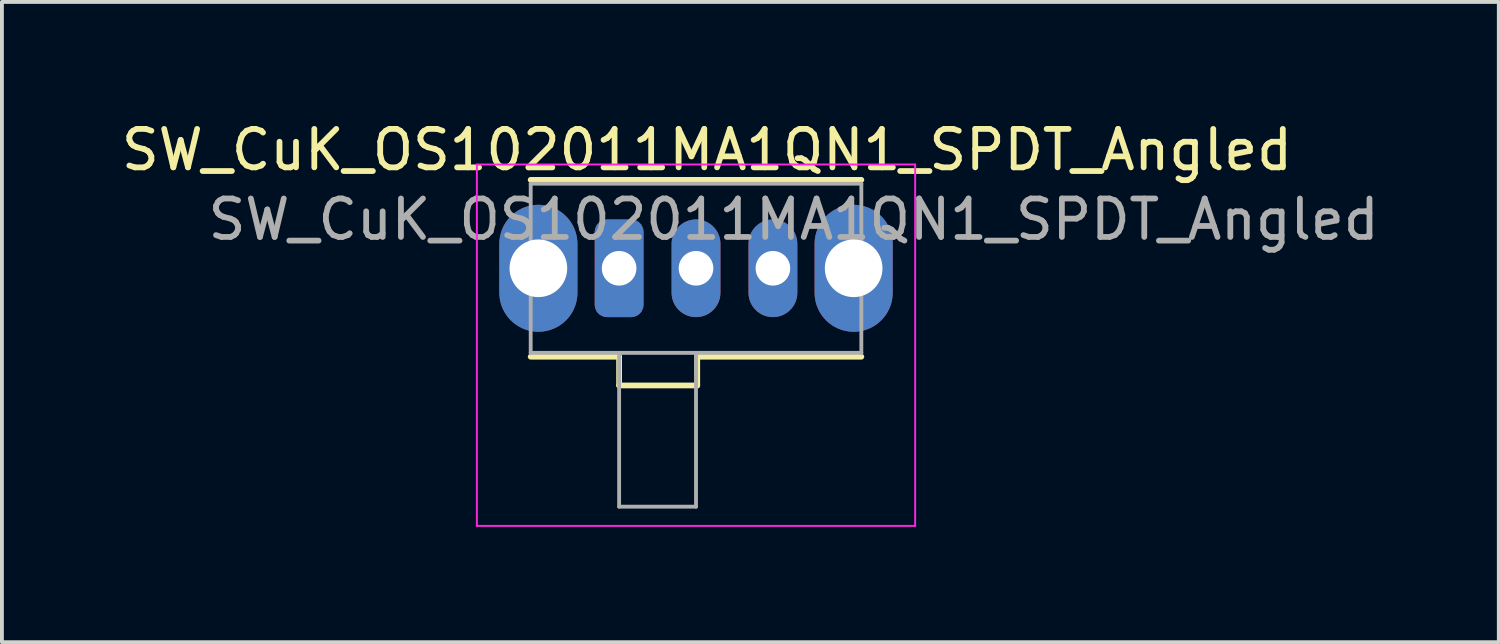
<source format=kicad_pcb>
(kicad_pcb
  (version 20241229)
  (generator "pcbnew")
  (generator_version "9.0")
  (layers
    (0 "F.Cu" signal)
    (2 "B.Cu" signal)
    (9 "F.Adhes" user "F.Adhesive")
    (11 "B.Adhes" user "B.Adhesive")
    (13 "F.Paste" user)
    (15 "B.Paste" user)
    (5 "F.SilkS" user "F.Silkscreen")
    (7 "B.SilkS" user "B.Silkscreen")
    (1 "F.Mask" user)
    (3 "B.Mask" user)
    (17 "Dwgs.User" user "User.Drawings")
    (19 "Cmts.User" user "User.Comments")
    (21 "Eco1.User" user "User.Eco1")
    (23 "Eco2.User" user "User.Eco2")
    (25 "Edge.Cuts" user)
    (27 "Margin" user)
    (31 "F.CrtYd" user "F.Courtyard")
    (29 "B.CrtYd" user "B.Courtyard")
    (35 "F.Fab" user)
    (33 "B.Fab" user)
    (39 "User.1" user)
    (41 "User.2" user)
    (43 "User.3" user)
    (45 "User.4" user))
  (footprint "SW_CuK_OS102011MA1QN1_SPDT_Angled"
    (layer "F.Cu")
    (at 13.053 3.928)
    (property "Reference" "SW_CuK_OS102011MA1QN1_SPDT_Angled" (at 2.286 -3.08 180) (layer "F.SilkS") (effects (font (size 1 1) (thickness 0.15))))
    (attr through_hole)
    (fp_line (start -2.3 -2.3) (end 6.3 -2.3) (stroke (width 0.15) (type solid)) (layer "F.SilkS"))
    (fp_line (start -2.3 2.3) (end 0 2.3) (stroke (width 0.15) (type solid)) (layer "F.SilkS"))
    (fp_line (start 0 2.3) (end 0 3.048) (stroke (width 0.15) (type default)) (layer "F.SilkS"))
    (fp_line (start 0 3.048) (end 2.032 3.048) (stroke (width 0.15) (type default)) (layer "F.SilkS"))
    (fp_line (start 2.032 2.3) (end 2.032 3.048) (stroke (width 0.15) (type default)) (layer "F.SilkS"))
    (fp_line (start 2.032 2.3) (end 6.3 2.3) (stroke (width 0.15) (type solid)) (layer "F.SilkS"))
    (fp_line (start -3.7 -2.7) (end 7.7 -2.7) (stroke (width 0.05) (type solid)) (layer "F.CrtYd"))
    (fp_line (start -3.7 6.7) (end -3.7 -2.7) (stroke (width 0.05) (type solid)) (layer "F.CrtYd"))
    (fp_line (start 7.7 -2.7) (end 7.7 6.7) (stroke (width 0.05) (type solid)) (layer "F.CrtYd"))
    (fp_line (start 7.7 6.7) (end -3.7 6.7) (stroke (width 0.05) (type solid)) (layer "F.CrtYd"))
    (fp_line (start -2.3 -2.2) (end -2.3 2.2) (stroke (width 0.1) (type solid)) (layer "F.Fab"))
    (fp_line (start -2.3 -2.2) (end 6.3 -2.2) (stroke (width 0.1) (type solid)) (layer "F.Fab"))
    (fp_line (start -2.3 2.2) (end 6.3 2.2) (stroke (width 0.1) (type solid)) (layer "F.Fab"))
    (fp_line (start 0 6.2) (end 0 2.2) (stroke (width 0.1) (type solid)) (layer "F.Fab"))
    (fp_line (start 2 2.2) (end 2 6.2) (stroke (width 0.1) (type solid)) (layer "F.Fab"))
    (fp_line (start 2 6.2) (end 0 6.2) (stroke (width 0.1) (type solid)) (layer "F.Fab"))
    (fp_line (start 6.3 2.2) (end 6.3 -2.2) (stroke (width 0.1) (type solid)) (layer "F.Fab"))
    (fp_text user "${REFERENCE}" (at 4.54 -1.27 180) (layer "F.Fab") (effects (font (size 1 1) (thickness 0.15))))
    (pad "" thru_hole oval (at -2.1 0 180) (size 2.032 3.302) (drill 1.5) (layers "*.Cu" "*.Mask"))
    (pad "" thru_hole oval (at 6.1 0 180) (size 2.032 3.302) (drill 1.5) (layers "*.Cu" "*.Mask"))
    (pad "1" thru_hole roundrect (at 0 0 180) (size 1.27 2.54) (drill 0.9) (layers "*.Cu" "*.Mask") (roundrect_rratio 0.25))
    (pad "2" thru_hole oval (at 2 0 180) (size 1.27 2.54) (drill 0.9) (layers "*.Cu" "*.Mask"))
    (pad "3" thru_hole oval (at 4 0 180) (size 1.27 2.54) (drill 0.9) (layers "*.Cu" "*.Mask")))
  (gr_rect
    (start -3 -3)
    (end 35.933 13.653)
    (stroke (width 0.1) (type default))
    (fill no)
    (layer "Edge.Cuts")))
</source>
